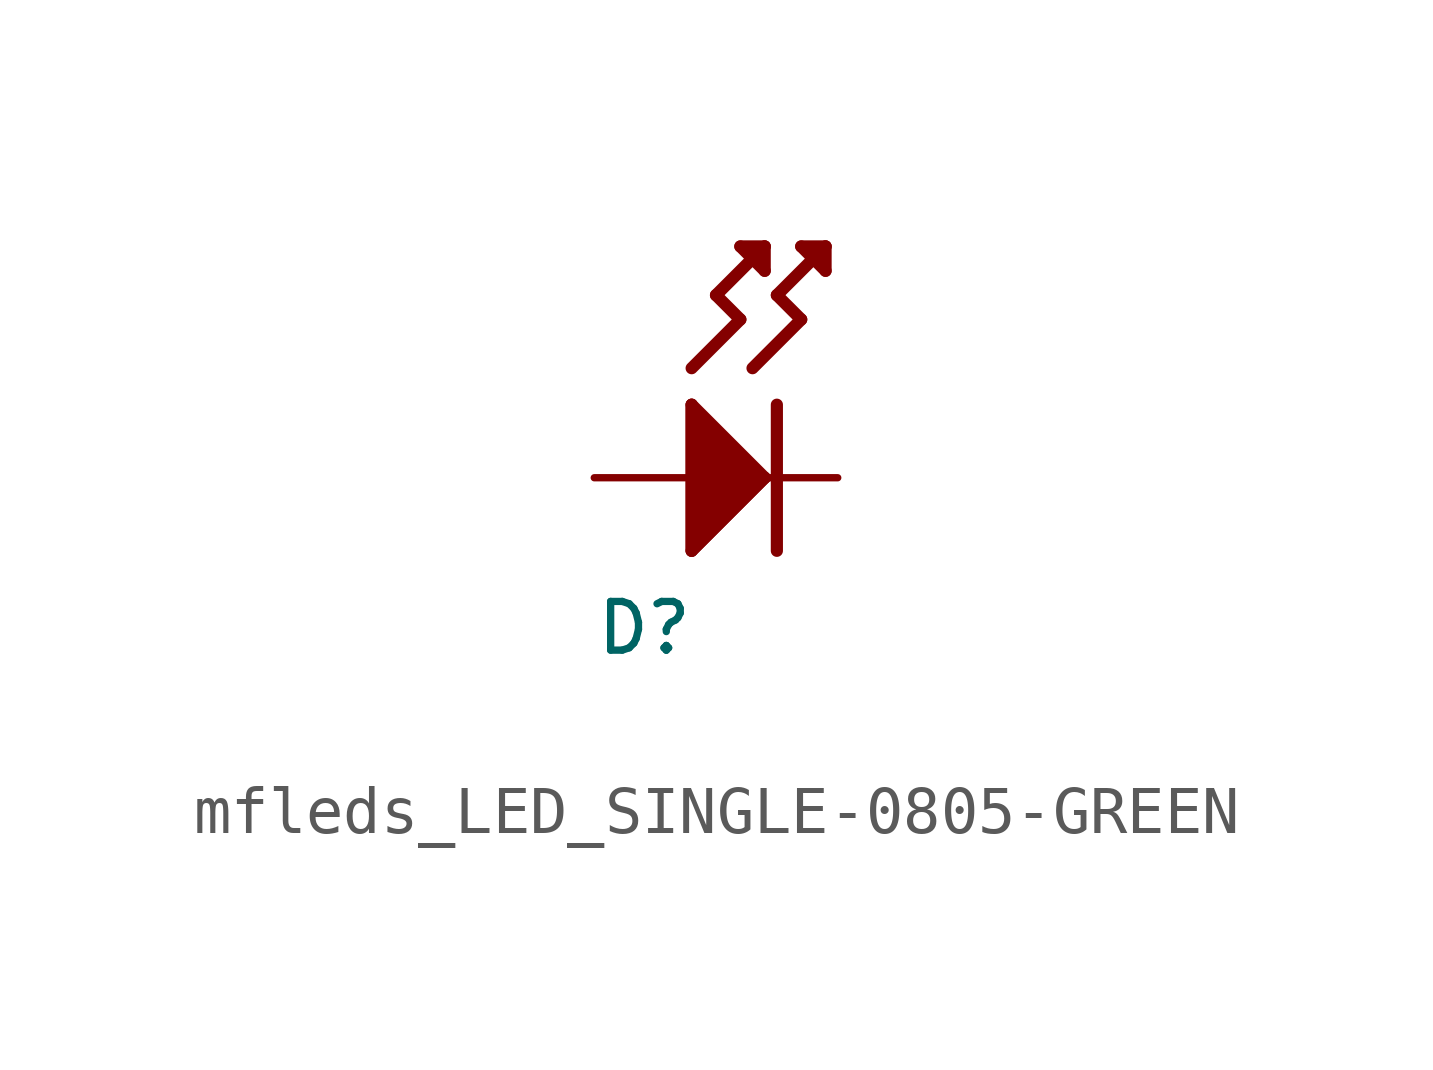
<source format=kicad_sym>
(kicad_symbol_lib
  (version 20241209)
  (generator "kicad_symbol_editor")
  (generator_version "9.0")
  (symbol "mfleds_LED_SINGLE-0805-GREEN"
    (property "Reference" "D"
      (at -2.54 -2.54 0)
      (effects (font (size 1.016 1.016)) (justify left top)))
    (property "Value" ""
      (at -2.54 -5.08 0)
      (effects (font (size 1.016 1.016)) (justify left bottom)))
    (property "ki_locked" ""
      (at 0 0 0)
      (effects (font (size 1.27 1.27))))
    (symbol "mfleds_LED_SINGLE-0805-GREEN_1_0"
      (polyline (pts (xy -0.508 2.286) (xy 0.508 3.302)) (stroke (width 0.254) (type solid)) (fill (type none)))
      (polyline (pts (xy -0.508 1.524) (xy 1.016 0)) (stroke (width 0.254) (type solid)) (fill (type none)))
      (polyline (pts (xy -0.508 1.524) (xy -0.508 -1.524) (xy 1.016 0)) (stroke (width 0.254) (type solid)) (fill (type outline)))
      (polyline (pts (xy -0.508 -1.524) (xy -0.508 1.524)) (stroke (width 0.254) (type solid)) (fill (type none)))
      (polyline (pts (xy 0 3.81) (xy 1.016 4.826)) (stroke (width 0.254) (type solid)) (fill (type none)))
      (polyline (pts (xy 0.508 4.826) (xy 1.016 4.318)) (stroke (width 0.254) (type solid)) (fill (type none)))
      (polyline (pts (xy 0.508 3.302) (xy 0 3.81)) (stroke (width 0.254) (type solid)) (fill (type none)))
      (polyline (pts (xy 0.762 2.286) (xy 1.778 3.302)) (stroke (width 0.254) (type solid)) (fill (type none)))
      (polyline (pts (xy 1.016 4.826) (xy 0.508 4.826)) (stroke (width 0.254) (type solid)) (fill (type none)))
      (polyline (pts (xy 1.016 4.318) (xy 1.016 4.826)) (stroke (width 0.254) (type solid)) (fill (type none)))
      (polyline (pts (xy 1.016 0) (xy -0.508 -1.524)) (stroke (width 0.254) (type solid)) (fill (type none)))
      (polyline (pts (xy 1.27 3.81) (xy 2.286 4.826)) (stroke (width 0.254) (type solid)) (fill (type none)))
      (polyline (pts (xy 1.27 1.524) (xy 1.27 -1.524)) (stroke (width 0.254) (type solid)) (fill (type none)))
      (polyline (pts (xy 1.778 4.826) (xy 2.286 4.318)) (stroke (width 0.254) (type solid)) (fill (type none)))
      (polyline (pts (xy 1.778 3.302) (xy 1.27 3.81)) (stroke (width 0.254) (type solid)) (fill (type none)))
      (polyline (pts (xy 2.286 4.826) (xy 1.778 4.826)) (stroke (width 0.254) (type solid)) (fill (type none)))
      (polyline (pts (xy 2.286 4.318) (xy 2.286 4.826)) (stroke (width 0.254) (type solid)) (fill (type none)))
      (pin power_in line (at -2.54 0 0) (length 2.54) (name "ANODE" (effects (font (size 0 0)))) (number "ANODE" (effects (font (size 0 0)))))
      (pin power_in line (at 2.54 0 180) (length 2.54) (name "CATHODE" (effects (font (size 0 0)))) (number "CATHODE" (effects (font (size 0 0))))))))
</source>
